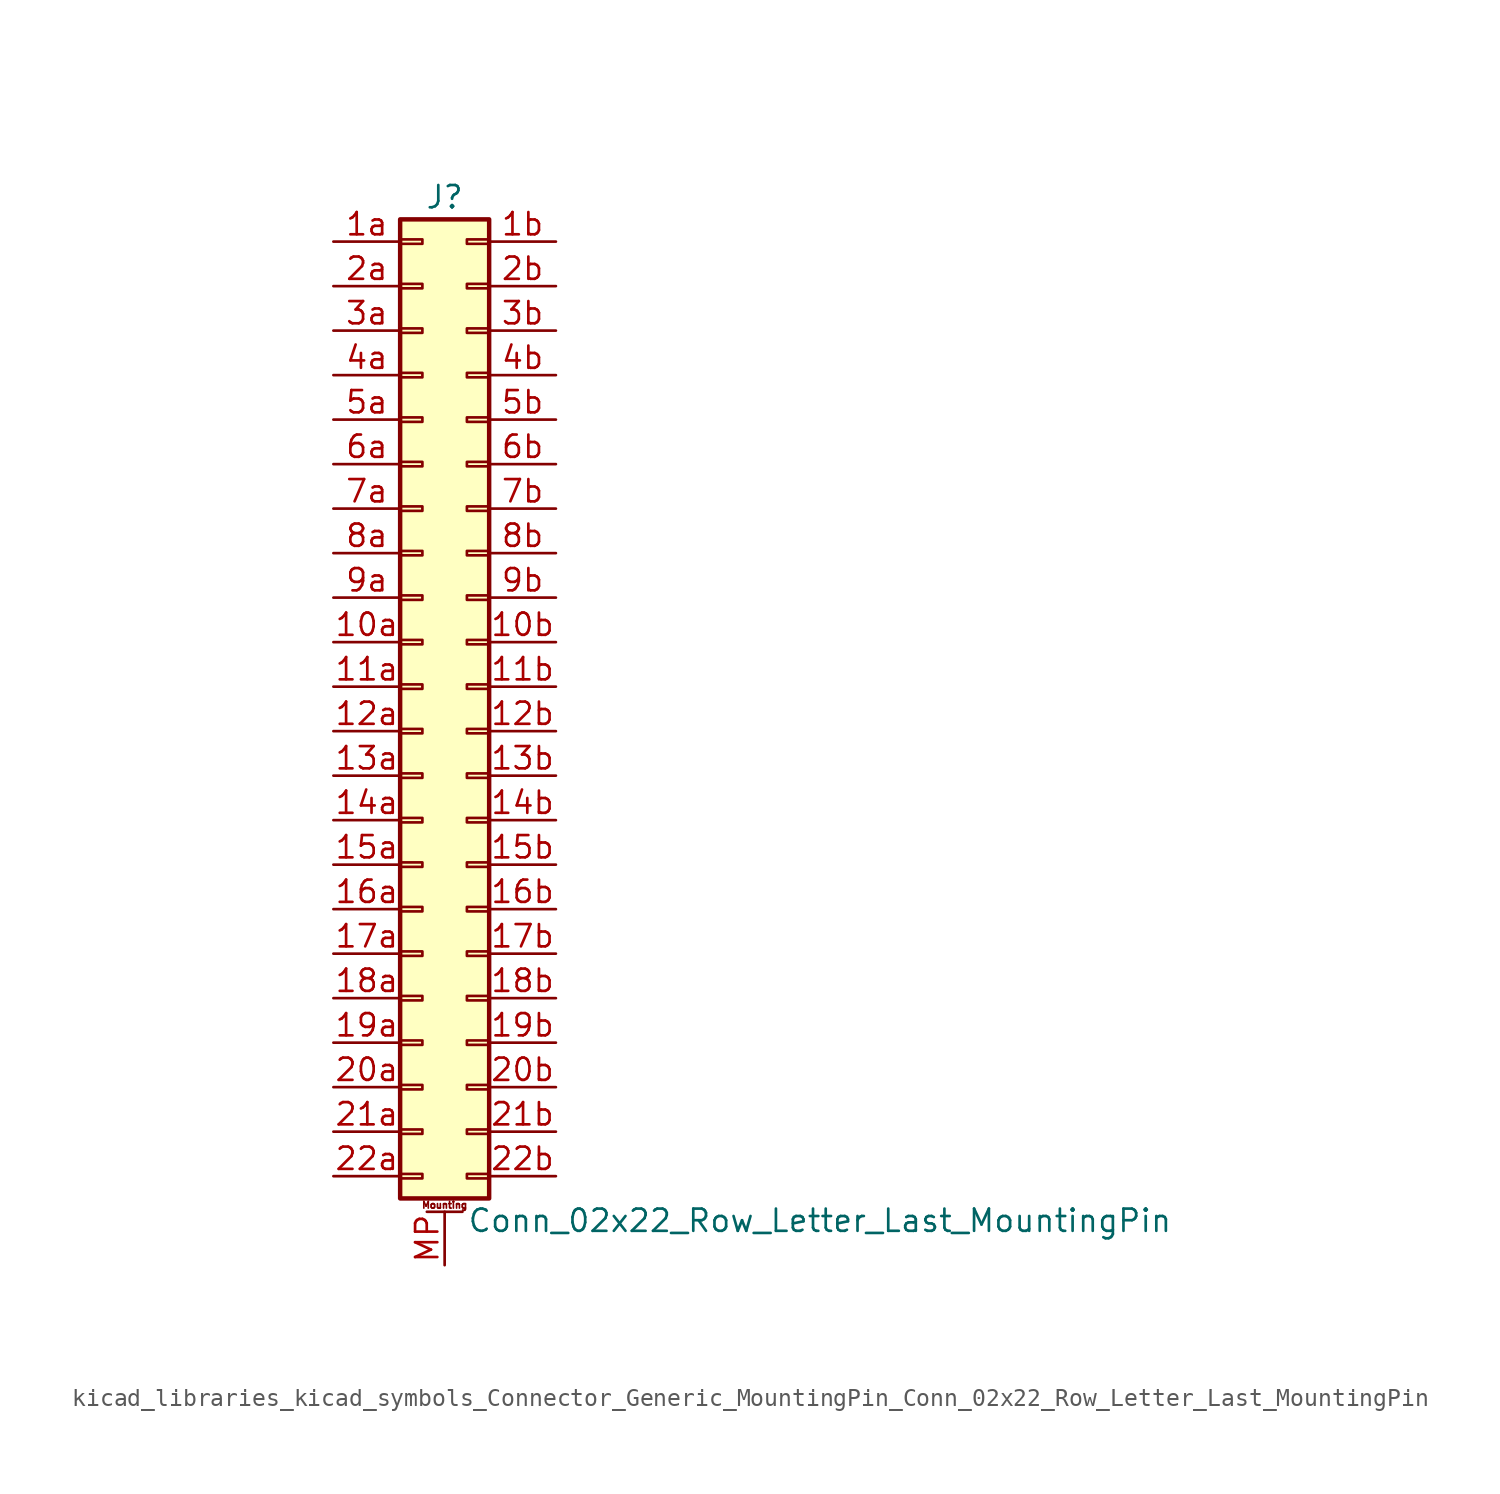
<source format=kicad_sym>
(kicad_symbol_lib
  (version 20220914)
  (generator kicad_symbol_editor)
  (symbol "kicad_libraries_kicad_symbols_Connector_Generic_MountingPin_Conn_02x22_Row_Letter_Last_MountingPin"
    (pin_names
      (offset 1.016) hide)
    (property "Reference" "J"
      (at 1.27 27.94 0)
      (effects (font (size 1.27 1.27))))
    (property "Value" "Conn_02x22_Row_Letter_Last_MountingPin"
      (at 2.54 -30.48 0)
      (effects (font (size 1.27 1.27)) (justify left)))
    (symbol "kicad_libraries_kicad_symbols_Connector_Generic_MountingPin_Conn_02x22_Row_Letter_Last_MountingPin_1_1"
      (rectangle (start -1.27 -27.813) (end 0 -28.067) (stroke (width 0.152) (type default)) (fill (type none)))
      (rectangle (start -1.27 -25.273) (end 0 -25.527) (stroke (width 0.152) (type default)) (fill (type none)))
      (rectangle (start -1.27 -22.733) (end 0 -22.987) (stroke (width 0.152) (type default)) (fill (type none)))
      (rectangle (start -1.27 -20.193) (end 0 -20.447) (stroke (width 0.152) (type default)) (fill (type none)))
      (rectangle (start -1.27 -17.653) (end 0 -17.907) (stroke (width 0.152) (type default)) (fill (type none)))
      (rectangle (start -1.27 -15.113) (end 0 -15.367) (stroke (width 0.152) (type default)) (fill (type none)))
      (rectangle (start -1.27 -12.573) (end 0 -12.827) (stroke (width 0.152) (type default)) (fill (type none)))
      (rectangle (start -1.27 -10.033) (end 0 -10.287) (stroke (width 0.152) (type default)) (fill (type none)))
      (rectangle (start -1.27 -7.493) (end 0 -7.747) (stroke (width 0.152) (type default)) (fill (type none)))
      (rectangle (start -1.27 -4.953) (end 0 -5.207) (stroke (width 0.152) (type default)) (fill (type none)))
      (rectangle (start -1.27 -2.413) (end 0 -2.667) (stroke (width 0.152) (type default)) (fill (type none)))
      (rectangle (start -1.27 0.127) (end 0 -0.127) (stroke (width 0.152) (type default)) (fill (type none)))
      (rectangle (start -1.27 2.667) (end 0 2.413) (stroke (width 0.152) (type default)) (fill (type none)))
      (rectangle (start -1.27 5.207) (end 0 4.953) (stroke (width 0.152) (type default)) (fill (type none)))
      (rectangle (start -1.27 7.747) (end 0 7.493) (stroke (width 0.152) (type default)) (fill (type none)))
      (rectangle (start -1.27 10.287) (end 0 10.033) (stroke (width 0.152) (type default)) (fill (type none)))
      (rectangle (start -1.27 12.827) (end 0 12.573) (stroke (width 0.152) (type default)) (fill (type none)))
      (rectangle (start -1.27 15.367) (end 0 15.113) (stroke (width 0.152) (type default)) (fill (type none)))
      (rectangle (start -1.27 17.907) (end 0 17.653) (stroke (width 0.152) (type default)) (fill (type none)))
      (rectangle (start -1.27 20.447) (end 0 20.193) (stroke (width 0.152) (type default)) (fill (type none)))
      (rectangle (start -1.27 22.987) (end 0 22.733) (stroke (width 0.152) (type default)) (fill (type none)))
      (rectangle (start -1.27 25.527) (end 0 25.273) (stroke (width 0.152) (type default)) (fill (type none)))
      (rectangle (start -1.27 26.67) (end 3.81 -29.21) (stroke (width 0.254) (type default)) (fill (type background)))
      (polyline (pts (xy 0.254 -29.972) (xy 2.286 -29.972)) (stroke (width 0.152) (type default)) (fill (type none)))
      (rectangle (start 3.81 -27.813) (end 2.54 -28.067) (stroke (width 0.152) (type default)) (fill (type none)))
      (rectangle (start 3.81 -25.273) (end 2.54 -25.527) (stroke (width 0.152) (type default)) (fill (type none)))
      (rectangle (start 3.81 -22.733) (end 2.54 -22.987) (stroke (width 0.152) (type default)) (fill (type none)))
      (rectangle (start 3.81 -20.193) (end 2.54 -20.447) (stroke (width 0.152) (type default)) (fill (type none)))
      (rectangle (start 3.81 -17.653) (end 2.54 -17.907) (stroke (width 0.152) (type default)) (fill (type none)))
      (rectangle (start 3.81 -15.113) (end 2.54 -15.367) (stroke (width 0.152) (type default)) (fill (type none)))
      (rectangle (start 3.81 -12.573) (end 2.54 -12.827) (stroke (width 0.152) (type default)) (fill (type none)))
      (rectangle (start 3.81 -10.033) (end 2.54 -10.287) (stroke (width 0.152) (type default)) (fill (type none)))
      (rectangle (start 3.81 -7.493) (end 2.54 -7.747) (stroke (width 0.152) (type default)) (fill (type none)))
      (rectangle (start 3.81 -4.953) (end 2.54 -5.207) (stroke (width 0.152) (type default)) (fill (type none)))
      (rectangle (start 3.81 -2.413) (end 2.54 -2.667) (stroke (width 0.152) (type default)) (fill (type none)))
      (rectangle (start 3.81 0.127) (end 2.54 -0.127) (stroke (width 0.152) (type default)) (fill (type none)))
      (rectangle (start 3.81 2.667) (end 2.54 2.413) (stroke (width 0.152) (type default)) (fill (type none)))
      (rectangle (start 3.81 5.207) (end 2.54 4.953) (stroke (width 0.152) (type default)) (fill (type none)))
      (rectangle (start 3.81 7.747) (end 2.54 7.493) (stroke (width 0.152) (type default)) (fill (type none)))
      (rectangle (start 3.81 10.287) (end 2.54 10.033) (stroke (width 0.152) (type default)) (fill (type none)))
      (rectangle (start 3.81 12.827) (end 2.54 12.573) (stroke (width 0.152) (type default)) (fill (type none)))
      (rectangle (start 3.81 15.367) (end 2.54 15.113) (stroke (width 0.152) (type default)) (fill (type none)))
      (rectangle (start 3.81 17.907) (end 2.54 17.653) (stroke (width 0.152) (type default)) (fill (type none)))
      (rectangle (start 3.81 20.447) (end 2.54 20.193) (stroke (width 0.152) (type default)) (fill (type none)))
      (rectangle (start 3.81 22.987) (end 2.54 22.733) (stroke (width 0.152) (type default)) (fill (type none)))
      (rectangle (start 3.81 25.527) (end 2.54 25.273) (stroke (width 0.152) (type default)) (fill (type none)))
      (text "Mounting" (at 1.27 -29.591 0) (effects (font (size 0.381 0.381))))
      (pin passive line (at -5.08 2.54 0) (length 3.81) (name "Pin_10a" (effects (font (size 1.27 1.27)))) (number "10a" (effects (font (size 1.27 1.27)))))
      (pin passive line (at 7.62 2.54 180) (length 3.81) (name "Pin_10b" (effects (font (size 1.27 1.27)))) (number "10b" (effects (font (size 1.27 1.27)))))
      (pin passive line (at -5.08 0 0) (length 3.81) (name "Pin_11a" (effects (font (size 1.27 1.27)))) (number "11a" (effects (font (size 1.27 1.27)))))
      (pin passive line (at 7.62 0 180) (length 3.81) (name "Pin_11b" (effects (font (size 1.27 1.27)))) (number "11b" (effects (font (size 1.27 1.27)))))
      (pin passive line (at -5.08 -2.54 0) (length 3.81) (name "Pin_12a" (effects (font (size 1.27 1.27)))) (number "12a" (effects (font (size 1.27 1.27)))))
      (pin passive line (at 7.62 -2.54 180) (length 3.81) (name "Pin_12b" (effects (font (size 1.27 1.27)))) (number "12b" (effects (font (size 1.27 1.27)))))
      (pin passive line (at -5.08 -5.08 0) (length 3.81) (name "Pin_13a" (effects (font (size 1.27 1.27)))) (number "13a" (effects (font (size 1.27 1.27)))))
      (pin passive line (at 7.62 -5.08 180) (length 3.81) (name "Pin_13b" (effects (font (size 1.27 1.27)))) (number "13b" (effects (font (size 1.27 1.27)))))
      (pin passive line (at -5.08 -7.62 0) (length 3.81) (name "Pin_14a" (effects (font (size 1.27 1.27)))) (number "14a" (effects (font (size 1.27 1.27)))))
      (pin passive line (at 7.62 -7.62 180) (length 3.81) (name "Pin_14b" (effects (font (size 1.27 1.27)))) (number "14b" (effects (font (size 1.27 1.27)))))
      (pin passive line (at -5.08 -10.16 0) (length 3.81) (name "Pin_15a" (effects (font (size 1.27 1.27)))) (number "15a" (effects (font (size 1.27 1.27)))))
      (pin passive line (at 7.62 -10.16 180) (length 3.81) (name "Pin_15b" (effects (font (size 1.27 1.27)))) (number "15b" (effects (font (size 1.27 1.27)))))
      (pin passive line (at -5.08 -12.7 0) (length 3.81) (name "Pin_16a" (effects (font (size 1.27 1.27)))) (number "16a" (effects (font (size 1.27 1.27)))))
      (pin passive line (at 7.62 -12.7 180) (length 3.81) (name "Pin_16b" (effects (font (size 1.27 1.27)))) (number "16b" (effects (font (size 1.27 1.27)))))
      (pin passive line (at -5.08 -15.24 0) (length 3.81) (name "Pin_17a" (effects (font (size 1.27 1.27)))) (number "17a" (effects (font (size 1.27 1.27)))))
      (pin passive line (at 7.62 -15.24 180) (length 3.81) (name "Pin_17b" (effects (font (size 1.27 1.27)))) (number "17b" (effects (font (size 1.27 1.27)))))
      (pin passive line (at -5.08 -17.78 0) (length 3.81) (name "Pin_18a" (effects (font (size 1.27 1.27)))) (number "18a" (effects (font (size 1.27 1.27)))))
      (pin passive line (at 7.62 -17.78 180) (length 3.81) (name "Pin_18b" (effects (font (size 1.27 1.27)))) (number "18b" (effects (font (size 1.27 1.27)))))
      (pin passive line (at -5.08 -20.32 0) (length 3.81) (name "Pin_19a" (effects (font (size 1.27 1.27)))) (number "19a" (effects (font (size 1.27 1.27)))))
      (pin passive line (at 7.62 -20.32 180) (length 3.81) (name "Pin_19b" (effects (font (size 1.27 1.27)))) (number "19b" (effects (font (size 1.27 1.27)))))
      (pin passive line (at -5.08 25.4 0) (length 3.81) (name "Pin_1a" (effects (font (size 1.27 1.27)))) (number "1a" (effects (font (size 1.27 1.27)))))
      (pin passive line (at 7.62 25.4 180) (length 3.81) (name "Pin_1b" (effects (font (size 1.27 1.27)))) (number "1b" (effects (font (size 1.27 1.27)))))
      (pin passive line (at -5.08 -22.86 0) (length 3.81) (name "Pin_20a" (effects (font (size 1.27 1.27)))) (number "20a" (effects (font (size 1.27 1.27)))))
      (pin passive line (at 7.62 -22.86 180) (length 3.81) (name "Pin_20b" (effects (font (size 1.27 1.27)))) (number "20b" (effects (font (size 1.27 1.27)))))
      (pin passive line (at -5.08 -25.4 0) (length 3.81) (name "Pin_21a" (effects (font (size 1.27 1.27)))) (number "21a" (effects (font (size 1.27 1.27)))))
      (pin passive line (at 7.62 -25.4 180) (length 3.81) (name "Pin_21b" (effects (font (size 1.27 1.27)))) (number "21b" (effects (font (size 1.27 1.27)))))
      (pin passive line (at -5.08 -27.94 0) (length 3.81) (name "Pin_22a" (effects (font (size 1.27 1.27)))) (number "22a" (effects (font (size 1.27 1.27)))))
      (pin passive line (at 7.62 -27.94 180) (length 3.81) (name "Pin_22b" (effects (font (size 1.27 1.27)))) (number "22b" (effects (font (size 1.27 1.27)))))
      (pin passive line (at -5.08 22.86 0) (length 3.81) (name "Pin_2a" (effects (font (size 1.27 1.27)))) (number "2a" (effects (font (size 1.27 1.27)))))
      (pin passive line (at 7.62 22.86 180) (length 3.81) (name "Pin_2b" (effects (font (size 1.27 1.27)))) (number "2b" (effects (font (size 1.27 1.27)))))
      (pin passive line (at -5.08 20.32 0) (length 3.81) (name "Pin_3a" (effects (font (size 1.27 1.27)))) (number "3a" (effects (font (size 1.27 1.27)))))
      (pin passive line (at 7.62 20.32 180) (length 3.81) (name "Pin_3b" (effects (font (size 1.27 1.27)))) (number "3b" (effects (font (size 1.27 1.27)))))
      (pin passive line (at -5.08 17.78 0) (length 3.81) (name "Pin_4a" (effects (font (size 1.27 1.27)))) (number "4a" (effects (font (size 1.27 1.27)))))
      (pin passive line (at 7.62 17.78 180) (length 3.81) (name "Pin_4b" (effects (font (size 1.27 1.27)))) (number "4b" (effects (font (size 1.27 1.27)))))
      (pin passive line (at -5.08 15.24 0) (length 3.81) (name "Pin_5a" (effects (font (size 1.27 1.27)))) (number "5a" (effects (font (size 1.27 1.27)))))
      (pin passive line (at 7.62 15.24 180) (length 3.81) (name "Pin_5b" (effects (font (size 1.27 1.27)))) (number "5b" (effects (font (size 1.27 1.27)))))
      (pin passive line (at -5.08 12.7 0) (length 3.81) (name "Pin_6a" (effects (font (size 1.27 1.27)))) (number "6a" (effects (font (size 1.27 1.27)))))
      (pin passive line (at 7.62 12.7 180) (length 3.81) (name "Pin_6b" (effects (font (size 1.27 1.27)))) (number "6b" (effects (font (size 1.27 1.27)))))
      (pin passive line (at -5.08 10.16 0) (length 3.81) (name "Pin_7a" (effects (font (size 1.27 1.27)))) (number "7a" (effects (font (size 1.27 1.27)))))
      (pin passive line (at 7.62 10.16 180) (length 3.81) (name "Pin_7b" (effects (font (size 1.27 1.27)))) (number "7b" (effects (font (size 1.27 1.27)))))
      (pin passive line (at -5.08 7.62 0) (length 3.81) (name "Pin_8a" (effects (font (size 1.27 1.27)))) (number "8a" (effects (font (size 1.27 1.27)))))
      (pin passive line (at 7.62 7.62 180) (length 3.81) (name "Pin_8b" (effects (font (size 1.27 1.27)))) (number "8b" (effects (font (size 1.27 1.27)))))
      (pin passive line (at -5.08 5.08 0) (length 3.81) (name "Pin_9a" (effects (font (size 1.27 1.27)))) (number "9a" (effects (font (size 1.27 1.27)))))
      (pin passive line (at 7.62 5.08 180) (length 3.81) (name "Pin_9b" (effects (font (size 1.27 1.27)))) (number "9b" (effects (font (size 1.27 1.27)))))
      (pin passive line (at 1.27 -33.02 90) (length 3.048) (name "MountPin" (effects (font (size 1.27 1.27)))) (number "MP" (effects (font (size 1.27 1.27))))))))
</source>
